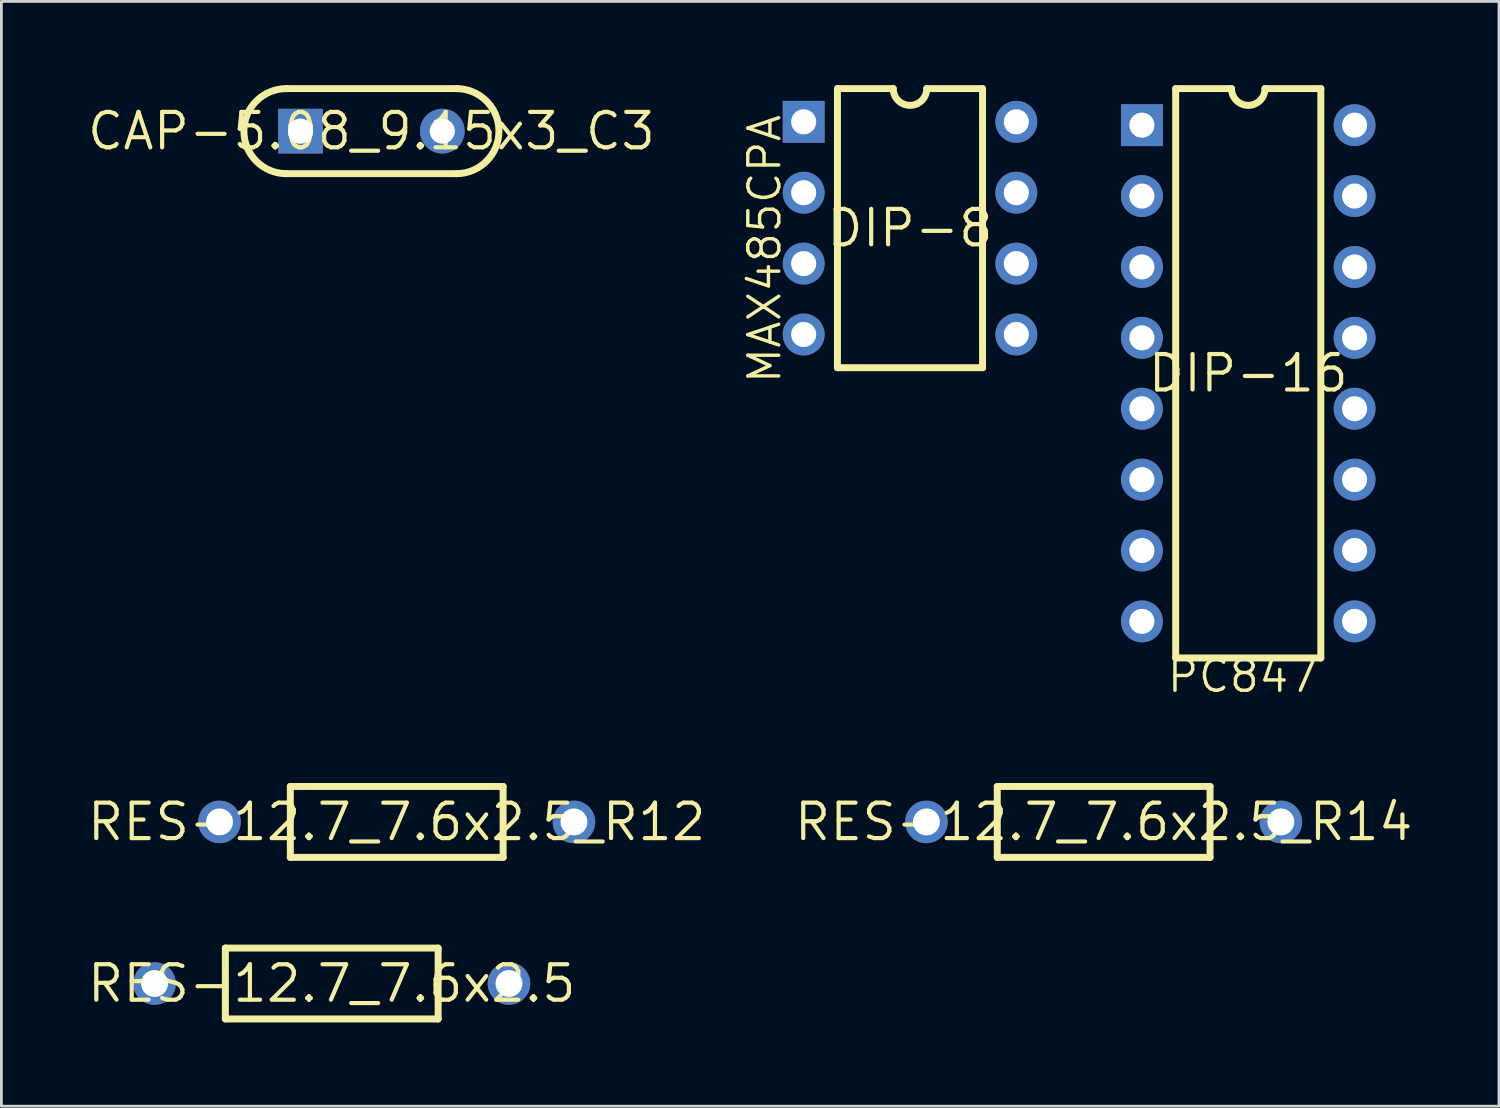
<source format=kicad_pcb>
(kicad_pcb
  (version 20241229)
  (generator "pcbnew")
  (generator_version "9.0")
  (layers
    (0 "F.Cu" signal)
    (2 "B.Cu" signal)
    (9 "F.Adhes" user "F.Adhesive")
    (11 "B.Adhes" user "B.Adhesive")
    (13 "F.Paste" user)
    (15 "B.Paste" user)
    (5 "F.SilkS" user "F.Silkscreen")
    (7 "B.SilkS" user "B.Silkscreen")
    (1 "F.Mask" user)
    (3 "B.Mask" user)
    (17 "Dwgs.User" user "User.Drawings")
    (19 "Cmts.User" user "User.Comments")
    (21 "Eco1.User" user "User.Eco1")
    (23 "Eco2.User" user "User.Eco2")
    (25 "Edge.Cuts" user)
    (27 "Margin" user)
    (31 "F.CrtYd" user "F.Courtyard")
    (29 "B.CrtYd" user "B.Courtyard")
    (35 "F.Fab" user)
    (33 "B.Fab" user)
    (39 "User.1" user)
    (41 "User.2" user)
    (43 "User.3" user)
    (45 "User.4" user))
  (footprint "DIP-8"
    (layer "F.Cu")
    (at 29.556 5.125)
    (property "Reference" "DIP-8" (at 0 0 0) (layer "F.SilkS") (effects (font (size 1.27 1.27) (thickness 0.15))))
    (fp_line (start -2.6 -5) (end -2.6 5) (stroke (width 0.25) (type solid)) (layer "F.SilkS"))
    (fp_line (start -2.6 -5) (end -0.6 -5) (stroke (width 0.25) (type solid)) (layer "F.SilkS"))
    (fp_line (start -2.6 5) (end 2.6 5) (stroke (width 0.25) (type solid)) (layer "F.SilkS"))
    (fp_line (start 2.6 -5) (end 0.6 -5) (stroke (width 0.25) (type solid)) (layer "F.SilkS"))
    (fp_line (start 2.6 -5) (end 2.6 5) (stroke (width 0.25) (type solid)) (layer "F.SilkS"))
    (fp_arc (start 0.6 -4.999998) (mid -0.000001 -4.400099) (end -0.6 -5) (stroke (width 0.25) (type solid)) (layer "F.SilkS"))
    (fp_text user "MAX485CPA" (at -4.56 5.639 90) (unlocked yes) (layer "F.SilkS") (effects (font (size 1.11 1.11) (thickness 0.123)) (justify left bottom)))
    (pad "1" thru_hole rect (at -3.81 -3.81 90) (size 1.5 1.5) (drill 0.9) (layers "*.Cu" "*.Mask"))
    (pad "2" thru_hole circle (at -3.81 -1.27 90) (size 1.5 1.5) (drill 0.9) (layers "*.Cu" "*.Mask"))
    (pad "3" thru_hole circle (at -3.81 1.27 90) (size 1.5 1.5) (drill 0.9) (layers "*.Cu" "*.Mask"))
    (pad "4" thru_hole circle (at -3.81 3.81 90) (size 1.5 1.5) (drill 0.9) (layers "*.Cu" "*.Mask"))
    (pad "5" thru_hole circle (at 3.81 3.81 90) (size 1.5 1.5) (drill 0.9) (layers "*.Cu" "*.Mask"))
    (pad "6" thru_hole circle (at 3.81 1.27 90) (size 1.5 1.5) (drill 0.9) (layers "*.Cu" "*.Mask"))
    (pad "7" thru_hole circle (at 3.81 -1.27 90) (size 1.5 1.5) (drill 0.9) (layers "*.Cu" "*.Mask"))
    (pad "8" thru_hole circle (at 3.81 -3.81 90) (size 1.5 1.5) (drill 0.9) (layers "*.Cu" "*.Mask")))
  (footprint "DIP-16"
    (layer "F.Cu")
    (at 41.676 10.325)
    (property "Reference" "DIP-16" (at 0 0 0) (layer "F.SilkS") (effects (font (size 1.27 1.27) (thickness 0.15))))
    (fp_line (start -2.6 -10.2) (end -2.6 10.2) (stroke (width 0.25) (type solid)) (layer "F.SilkS"))
    (fp_line (start -2.6 -10.2) (end -0.6 -10.2) (stroke (width 0.25) (type solid)) (layer "F.SilkS"))
    (fp_line (start -2.6 10.2) (end 2.6 10.2) (stroke (width 0.25) (type solid)) (layer "F.SilkS"))
    (fp_line (start 2.6 -10.2) (end 0.6 -10.2) (stroke (width 0.25) (type solid)) (layer "F.SilkS"))
    (fp_line (start 2.6 -10.2) (end 2.6 10.2) (stroke (width 0.25) (type solid)) (layer "F.SilkS"))
    (fp_arc (start 0.6 -10.199999) (mid 0 -9.600333) (end -0.6 -10.2) (stroke (width 0.25) (type solid)) (layer "F.SilkS"))
    (fp_text user "PC847" (at -2.971 10.2 0) (unlocked yes) (layer "F.SilkS") (effects (font (size 1.11 1.11) (thickness 0.123)) (justify left top)))
    (pad "1" thru_hole rect (at -3.81 -8.89 90) (size 1.5 1.5) (drill 0.9) (layers "*.Cu" "*.Mask"))
    (pad "2" thru_hole circle (at -3.81 -6.35 90) (size 1.5 1.5) (drill 0.9) (layers "*.Cu" "*.Mask"))
    (pad "3" thru_hole circle (at -3.81 -3.81 90) (size 1.5 1.5) (drill 0.9) (layers "*.Cu" "*.Mask"))
    (pad "4" thru_hole circle (at -3.81 -1.27 90) (size 1.5 1.5) (drill 0.9) (layers "*.Cu" "*.Mask"))
    (pad "5" thru_hole circle (at -3.81 1.27 90) (size 1.5 1.5) (drill 0.9) (layers "*.Cu" "*.Mask"))
    (pad "6" thru_hole circle (at -3.81 3.81 90) (size 1.5 1.5) (drill 0.9) (layers "*.Cu" "*.Mask"))
    (pad "7" thru_hole circle (at -3.81 6.35 90) (size 1.5 1.5) (drill 0.9) (layers "*.Cu" "*.Mask"))
    (pad "8" thru_hole circle (at -3.81 8.89 90) (size 1.5 1.5) (drill 0.9) (layers "*.Cu" "*.Mask"))
    (pad "9" thru_hole circle (at 3.81 8.89 90) (size 1.5 1.5) (drill 0.9) (layers "*.Cu" "*.Mask"))
    (pad "10" thru_hole circle (at 3.81 6.35 90) (size 1.5 1.5) (drill 0.9) (layers "*.Cu" "*.Mask"))
    (pad "11" thru_hole circle (at 3.81 3.81 90) (size 1.5 1.5) (drill 0.9) (layers "*.Cu" "*.Mask"))
    (pad "12" thru_hole circle (at 3.81 1.27 90) (size 1.5 1.5) (drill 0.9) (layers "*.Cu" "*.Mask"))
    (pad "13" thru_hole circle (at 3.81 -1.27 90) (size 1.5 1.5) (drill 0.9) (layers "*.Cu" "*.Mask"))
    (pad "14" thru_hole circle (at 3.81 -3.81 90) (size 1.5 1.5) (drill 0.9) (layers "*.Cu" "*.Mask"))
    (pad "15" thru_hole circle (at 3.81 -6.35 90) (size 1.5 1.5) (drill 0.9) (layers "*.Cu" "*.Mask"))
    (pad "16" thru_hole circle (at 3.81 -8.89 90) (size 1.5 1.5) (drill 0.9) (layers "*.Cu" "*.Mask")))
  (footprint "RES-12.7_7.6x2.5_R14"
    (layer "F.Cu")
    (at 36.495 26.4)
    (property "Reference" "RES-12.7_7.6x2.5_R14" (at 0 0 0) (layer "F.SilkS") (effects (font (size 1.27 1.27) (thickness 0.15))))
    (fp_line (start -3.812 -1.27) (end 3.812 -1.27) (stroke (width 0.25) (type solid)) (layer "F.SilkS"))
    (fp_line (start -3.812 1.27) (end -3.812 -1.27) (stroke (width 0.25) (type solid)) (layer "F.SilkS"))
    (fp_line (start -3.812 1.27) (end 3.812 1.27) (stroke (width 0.25) (type solid)) (layer "F.SilkS"))
    (fp_line (start 3.812 1.27) (end 3.812 -1.27) (stroke (width 0.25) (type solid)) (layer "F.SilkS"))
    (pad "1" thru_hole circle (at -6.35 0) (size 1.524 1.524) (drill 0.965) (layers "*.Cu" "*.Mask"))
    (pad "2" thru_hole circle (at 6.35 0) (size 1.524 1.524) (drill 0.965) (layers "*.Cu" "*.Mask")))
  (footprint "RES-12.7_7.6x2.5"
    (layer "F.Cu")
    (at 8.837 32.19)
    (property "Reference" "RES-12.7_7.6x2.5" (at 0 0 0) (layer "F.SilkS") (effects (font (size 1.27 1.27) (thickness 0.15))))
    (fp_line (start -3.812 -1.27) (end 3.812 -1.27) (stroke (width 0.25) (type solid)) (layer "F.SilkS"))
    (fp_line (start -3.812 1.27) (end -3.812 -1.27) (stroke (width 0.25) (type solid)) (layer "F.SilkS"))
    (fp_line (start -3.812 1.27) (end 3.812 1.27) (stroke (width 0.25) (type solid)) (layer "F.SilkS"))
    (fp_line (start 3.812 1.27) (end 3.812 -1.27) (stroke (width 0.25) (type solid)) (layer "F.SilkS"))
    (pad "1" thru_hole circle (at -6.35 0) (size 1.524 1.524) (drill 0.965) (layers "*.Cu" "*.Mask"))
    (pad "2" thru_hole circle (at 6.35 0) (size 1.524 1.524) (drill 0.965) (layers "*.Cu" "*.Mask")))
  (footprint "RES-12.7_7.6x2.5_R12"
    (layer "F.Cu")
    (at 11.165 26.4)
    (property "Reference" "RES-12.7_7.6x2.5_R12" (at 0 0 0) (layer "F.SilkS") (effects (font (size 1.27 1.27) (thickness 0.15))))
    (fp_line (start -3.812 -1.27) (end 3.812 -1.27) (stroke (width 0.25) (type solid)) (layer "F.SilkS"))
    (fp_line (start -3.812 1.27) (end -3.812 -1.27) (stroke (width 0.25) (type solid)) (layer "F.SilkS"))
    (fp_line (start -3.812 1.27) (end 3.812 1.27) (stroke (width 0.25) (type solid)) (layer "F.SilkS"))
    (fp_line (start 3.812 1.27) (end 3.812 -1.27) (stroke (width 0.25) (type solid)) (layer "F.SilkS"))
    (pad "1" thru_hole circle (at -6.35 0) (size 1.524 1.524) (drill 0.965) (layers "*.Cu" "*.Mask"))
    (pad "2" thru_hole circle (at 6.35 0) (size 1.524 1.524) (drill 0.965) (layers "*.Cu" "*.Mask")))
  (footprint "CAP-5.08_9.15x3_C3"
    (layer "F.Cu")
    (at 10.258 1.649)
    (property "Reference" "CAP-5.08_9.15x3_C3" (at 0 0 0) (layer "F.SilkS") (effects (font (size 1.27 1.27) (thickness 0.15))))
    (fp_line (start -3.045 -1.524) (end 3.045 -1.524) (stroke (width 0.25) (type solid)) (layer "F.SilkS"))
    (fp_line (start -3.045 1.524) (end 3.045 1.524) (stroke (width 0.25) (type solid)) (layer "F.SilkS"))
    (fp_arc (start -3.044999 1.524) (mid -4.572033 0) (end -3.045 -1.524) (stroke (width 0.25) (type solid)) (layer "F.SilkS"))
    (fp_arc (start 3.044999 -1.524) (mid 4.572033 0) (end 3.045 1.524) (stroke (width 0.25) (type solid)) (layer "F.SilkS"))
    (pad "1" thru_hole rect (at -2.54 0) (size 1.6 1.6) (drill 0.9) (layers "*.Cu" "*.Mask"))
    (pad "2" thru_hole circle (at 2.54 0) (size 1.6 1.6) (drill 0.9) (layers "*.Cu" "*.Mask")))
  (gr_rect
    (start -3 -3)
    (end 50.661 36.585)
    (stroke (width 0.1) (type default))
    (fill no)
    (layer "Edge.Cuts")))
</source>
